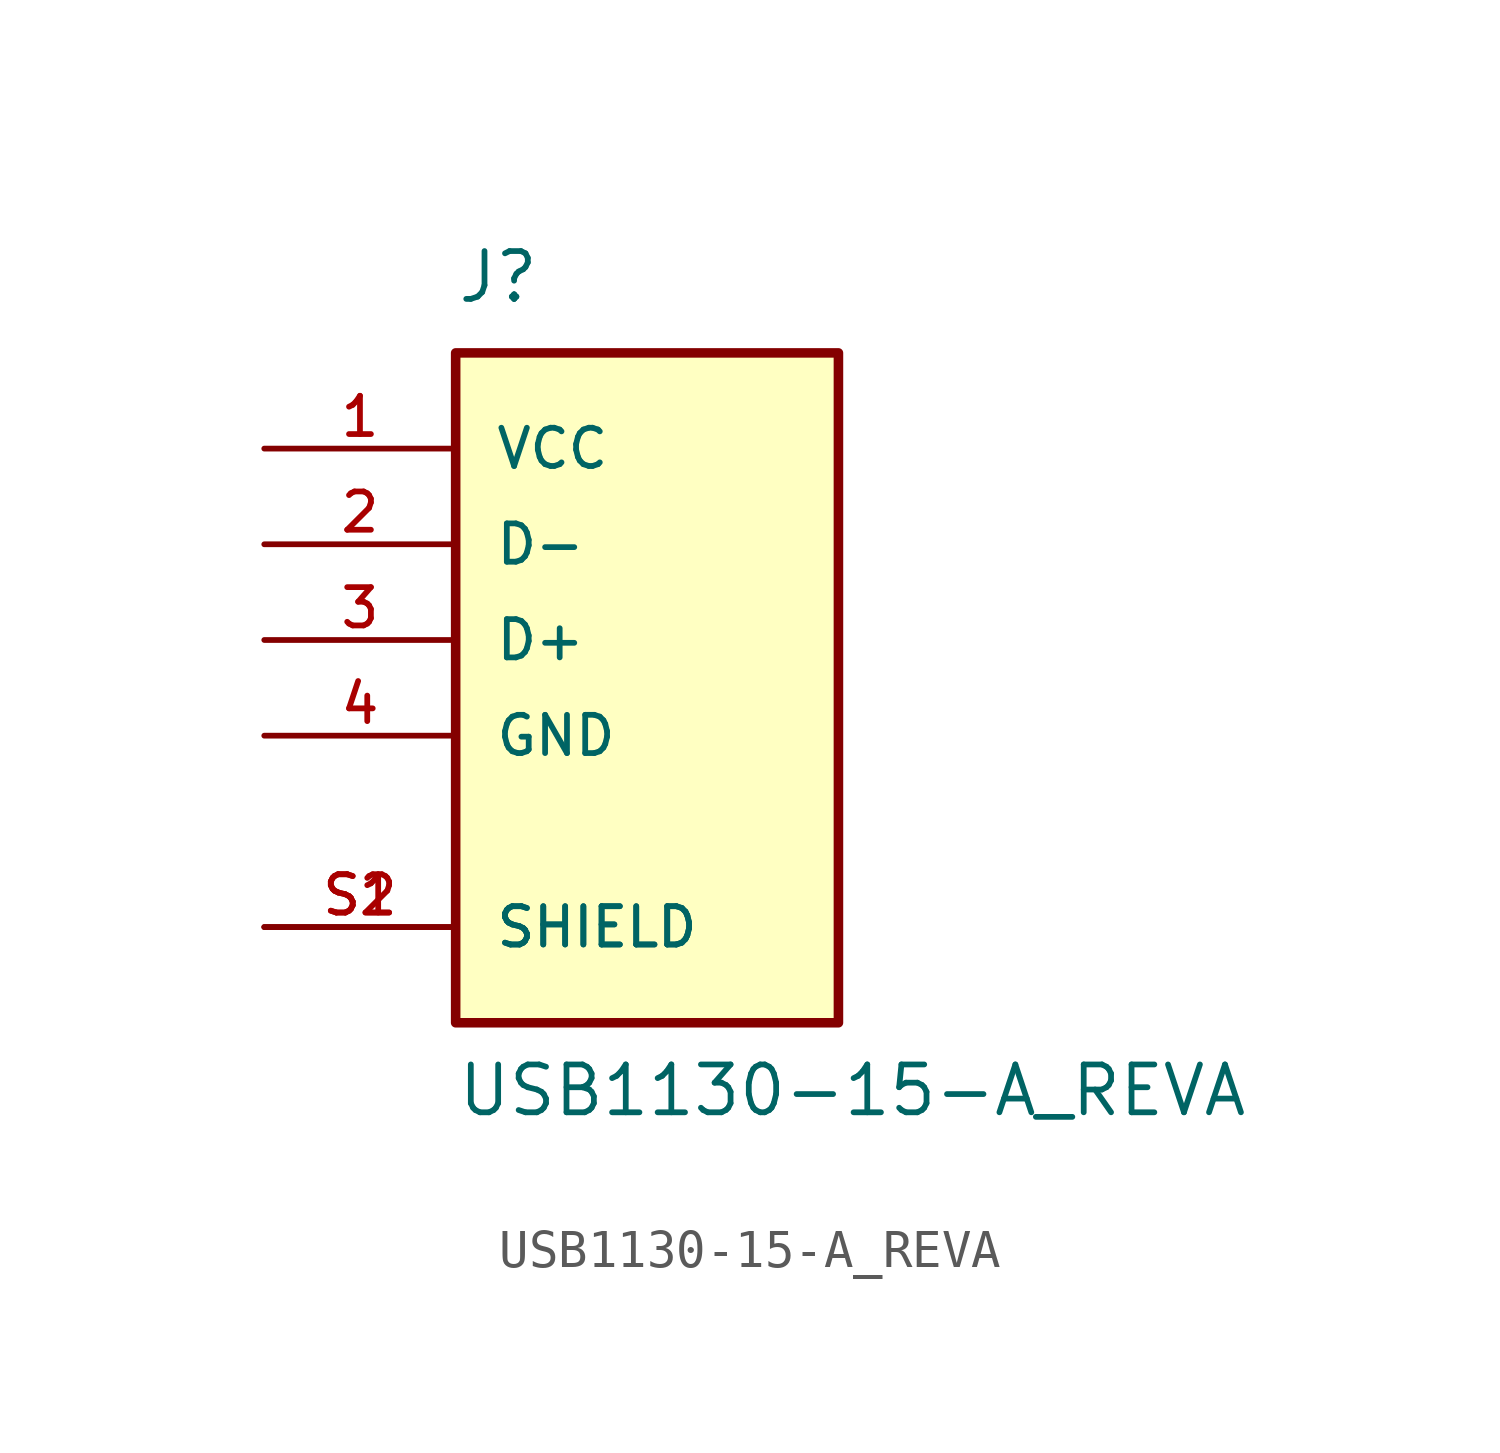
<source format=kicad_sym>
(kicad_symbol_lib
  (version 20220914)
  (generator kicad_symbol_editor)
  (symbol "USB1130-15-A_REVA"
    (pin_names
      (offset 1.016))
    (property "Reference" "J"
      (at -5.08 8.89 0)
      (effects (font (size 1.27 1.27)) (justify left bottom)))
    (property "Value" "USB1130-15-A_REVA"
      (at -5.08 -12.7 0)
      (effects (font (size 1.27 1.27)) (justify left bottom)))
    (symbol "USB1130-15-A_REVA_0_0"
      (rectangle (start -5.08 -10.16) (end 5.08 7.62) (stroke (width 0.254) (type default)) (fill (type background)))
      (pin power_in line (at -10.16 5.08 0) (length 5.08) (name "VCC" (effects (font (size 1.016 1.016)))) (number "1" (effects (font (size 1.016 1.016)))))
      (pin bidirectional line (at -10.16 2.54 0) (length 5.08) (name "D-" (effects (font (size 1.016 1.016)))) (number "2" (effects (font (size 1.016 1.016)))))
      (pin bidirectional line (at -10.16 0 0) (length 5.08) (name "D+" (effects (font (size 1.016 1.016)))) (number "3" (effects (font (size 1.016 1.016)))))
      (pin power_in line (at -10.16 -2.54 0) (length 5.08) (name "GND" (effects (font (size 1.016 1.016)))) (number "4" (effects (font (size 1.016 1.016)))))
      (pin passive line (at -10.16 -7.62 0) (length 5.08) (name "SHIELD" (effects (font (size 1.016 1.016)))) (number "S1" (effects (font (size 1.016 1.016)))))
      (pin passive line (at -10.16 -7.62 0) (length 5.08) (name "SHIELD" (effects (font (size 1.016 1.016)))) (number "S2" (effects (font (size 1.016 1.016))))))))
</source>
